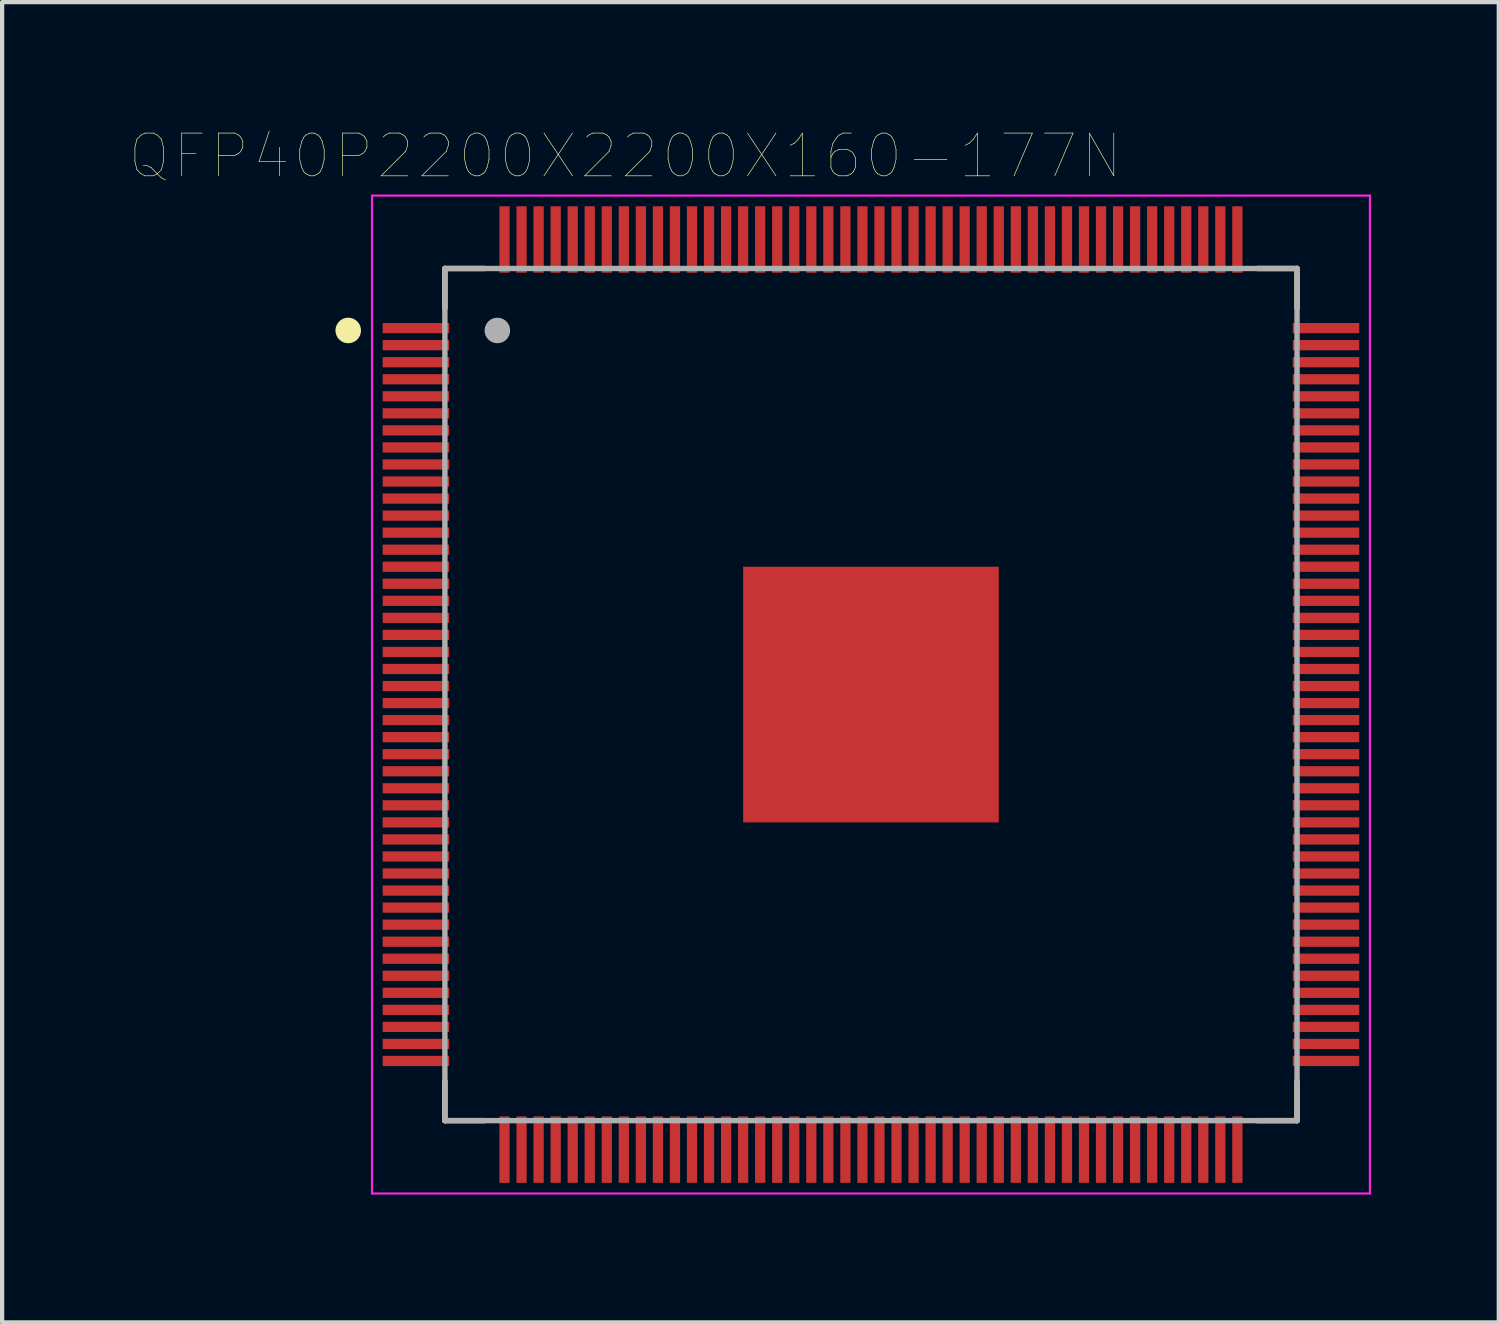
<source format=kicad_pcb>
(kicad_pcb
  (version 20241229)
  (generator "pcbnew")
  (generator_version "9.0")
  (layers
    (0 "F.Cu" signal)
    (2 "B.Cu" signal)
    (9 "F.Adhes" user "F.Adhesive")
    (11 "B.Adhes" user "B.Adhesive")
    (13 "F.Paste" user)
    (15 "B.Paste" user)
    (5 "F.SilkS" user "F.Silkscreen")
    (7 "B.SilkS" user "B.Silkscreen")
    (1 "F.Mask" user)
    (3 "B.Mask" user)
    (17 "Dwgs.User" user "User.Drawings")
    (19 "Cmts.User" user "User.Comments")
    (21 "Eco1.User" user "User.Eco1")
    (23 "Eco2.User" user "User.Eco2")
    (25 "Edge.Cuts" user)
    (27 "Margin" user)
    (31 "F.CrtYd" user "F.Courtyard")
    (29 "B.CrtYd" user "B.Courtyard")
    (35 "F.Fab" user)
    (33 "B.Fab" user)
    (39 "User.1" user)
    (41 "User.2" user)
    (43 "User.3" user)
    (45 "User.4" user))
  (footprint "QFP40P2200X2200X160-177N"
    (layer "F.Cu")
    (at 17.391 13.251)
    (property "Reference" "QFP40P2200X2200X160-177N" (at -5.764 -12.638 0) (layer "F.SilkS") (effects (font (size 1.003 1.003) (thickness 0.015))))
    (attr through_hole)
    (fp_line (start -10 -10) (end -10 -9.07) (stroke (width 0.127) (type solid)) (layer "F.SilkS"))
    (fp_line (start -10 -10) (end -9.07 -10) (stroke (width 0.127) (type solid)) (layer "F.SilkS"))
    (fp_line (start -10 10) (end -10 9.07) (stroke (width 0.127) (type solid)) (layer "F.SilkS"))
    (fp_line (start -10 10) (end -9.07 10) (stroke (width 0.127) (type solid)) (layer "F.SilkS"))
    (fp_line (start 10 -10) (end 9.07 -10) (stroke (width 0.127) (type solid)) (layer "F.SilkS"))
    (fp_line (start 10 -10) (end 10 -9.07) (stroke (width 0.127) (type solid)) (layer "F.SilkS"))
    (fp_line (start 10 10) (end 9.07 10) (stroke (width 0.127) (type solid)) (layer "F.SilkS"))
    (fp_line (start 10 10) (end 10 9.07) (stroke (width 0.127) (type solid)) (layer "F.SilkS"))
    (fp_circle (center -12.268 -8.545) (end -12.118 -8.545) (stroke (width 0.3) (type solid)) (fill no) (layer "F.SilkS"))
    (fp_poly (pts (xy -2.618 0.39) (xy -0.39 0.39) (xy -0.39 2.618) (xy -2.618 2.618)) (stroke (width 0.01) (type solid)) (fill yes) (layer "F.Paste"))
    (fp_poly (pts (xy -2.613 -2.61) (xy -0.39 -2.61) (xy -0.39 -0.39) (xy -2.613 -0.39)) (stroke (width 0.01) (type solid)) (fill yes) (layer "F.Paste"))
    (fp_poly (pts (xy 0.391 -2.61) (xy 2.61 -2.61) (xy 2.61 -0.391) (xy 0.391 -0.391)) (stroke (width 0.01) (type solid)) (fill yes) (layer "F.Paste"))
    (fp_poly (pts (xy 0.392 0.39) (xy 2.61 0.39) (xy 2.61 2.623) (xy 0.392 2.623)) (stroke (width 0.01) (type solid)) (fill yes) (layer "F.Paste"))
    (fp_line (start -11.71 -11.71) (end 11.71 -11.71) (stroke (width 0.05) (type solid)) (layer "F.CrtYd"))
    (fp_line (start -11.71 11.71) (end -11.71 -11.71) (stroke (width 0.05) (type solid)) (layer "F.CrtYd"))
    (fp_line (start -11.71 11.71) (end 11.71 11.71) (stroke (width 0.05) (type solid)) (layer "F.CrtYd"))
    (fp_line (start 11.71 11.71) (end 11.71 -11.71) (stroke (width 0.05) (type solid)) (layer "F.CrtYd"))
    (fp_line (start -10 10) (end -10 -10) (stroke (width 0.127) (type solid)) (layer "F.Fab"))
    (fp_line (start 10 -10) (end -10 -10) (stroke (width 0.127) (type solid)) (layer "F.Fab"))
    (fp_line (start 10 10) (end -10 10) (stroke (width 0.127) (type solid)) (layer "F.Fab"))
    (fp_line (start 10 10) (end 10 -10) (stroke (width 0.127) (type solid)) (layer "F.Fab"))
    (fp_circle (center -8.768 -8.545) (end -8.618 -8.545) (stroke (width 0.3) (type solid)) (fill no) (layer "F.Fab"))
    (pad "1" smd rect (at -10.68 -8.6) (size 1.56 0.24) (layers "F.Cu" "F.Mask" "F.Paste"))
    (pad "2" smd rect (at -10.68 -8.2) (size 1.56 0.24) (layers "F.Cu" "F.Mask" "F.Paste"))
    (pad "3" smd rect (at -10.68 -7.8) (size 1.56 0.24) (layers "F.Cu" "F.Mask" "F.Paste"))
    (pad "4" smd rect (at -10.68 -7.4) (size 1.56 0.24) (layers "F.Cu" "F.Mask" "F.Paste"))
    (pad "5" smd rect (at -10.68 -7) (size 1.56 0.24) (layers "F.Cu" "F.Mask" "F.Paste"))
    (pad "6" smd rect (at -10.68 -6.6) (size 1.56 0.24) (layers "F.Cu" "F.Mask" "F.Paste"))
    (pad "7" smd rect (at -10.68 -6.2) (size 1.56 0.24) (layers "F.Cu" "F.Mask" "F.Paste"))
    (pad "8" smd rect (at -10.68 -5.8) (size 1.56 0.24) (layers "F.Cu" "F.Mask" "F.Paste"))
    (pad "9" smd rect (at -10.68 -5.4) (size 1.56 0.24) (layers "F.Cu" "F.Mask" "F.Paste"))
    (pad "10" smd rect (at -10.68 -5) (size 1.56 0.24) (layers "F.Cu" "F.Mask" "F.Paste"))
    (pad "11" smd rect (at -10.68 -4.6) (size 1.56 0.24) (layers "F.Cu" "F.Mask" "F.Paste"))
    (pad "12" smd rect (at -10.68 -4.2) (size 1.56 0.24) (layers "F.Cu" "F.Mask" "F.Paste"))
    (pad "13" smd rect (at -10.68 -3.8) (size 1.56 0.24) (layers "F.Cu" "F.Mask" "F.Paste"))
    (pad "14" smd rect (at -10.68 -3.4) (size 1.56 0.24) (layers "F.Cu" "F.Mask" "F.Paste"))
    (pad "15" smd rect (at -10.68 -3) (size 1.56 0.24) (layers "F.Cu" "F.Mask" "F.Paste"))
    (pad "16" smd rect (at -10.68 -2.6) (size 1.56 0.24) (layers "F.Cu" "F.Mask" "F.Paste"))
    (pad "17" smd rect (at -10.68 -2.2) (size 1.56 0.24) (layers "F.Cu" "F.Mask" "F.Paste"))
    (pad "18" smd rect (at -10.68 -1.8) (size 1.56 0.24) (layers "F.Cu" "F.Mask" "F.Paste"))
    (pad "19" smd rect (at -10.68 -1.4) (size 1.56 0.24) (layers "F.Cu" "F.Mask" "F.Paste"))
    (pad "20" smd rect (at -10.68 -1) (size 1.56 0.24) (layers "F.Cu" "F.Mask" "F.Paste"))
    (pad "21" smd rect (at -10.68 -0.6) (size 1.56 0.24) (layers "F.Cu" "F.Mask" "F.Paste"))
    (pad "22" smd rect (at -10.68 -0.2) (size 1.56 0.24) (layers "F.Cu" "F.Mask" "F.Paste"))
    (pad "23" smd rect (at -10.68 0.2) (size 1.56 0.24) (layers "F.Cu" "F.Mask" "F.Paste"))
    (pad "24" smd rect (at -10.68 0.6) (size 1.56 0.24) (layers "F.Cu" "F.Mask" "F.Paste"))
    (pad "25" smd rect (at -10.68 1) (size 1.56 0.24) (layers "F.Cu" "F.Mask" "F.Paste"))
    (pad "26" smd rect (at -10.68 1.4) (size 1.56 0.24) (layers "F.Cu" "F.Mask" "F.Paste"))
    (pad "27" smd rect (at -10.68 1.8) (size 1.56 0.24) (layers "F.Cu" "F.Mask" "F.Paste"))
    (pad "28" smd rect (at -10.68 2.2) (size 1.56 0.24) (layers "F.Cu" "F.Mask" "F.Paste"))
    (pad "29" smd rect (at -10.68 2.6) (size 1.56 0.24) (layers "F.Cu" "F.Mask" "F.Paste"))
    (pad "30" smd rect (at -10.68 3) (size 1.56 0.24) (layers "F.Cu" "F.Mask" "F.Paste"))
    (pad "31" smd rect (at -10.68 3.4) (size 1.56 0.24) (layers "F.Cu" "F.Mask" "F.Paste"))
    (pad "32" smd rect (at -10.68 3.8) (size 1.56 0.24) (layers "F.Cu" "F.Mask" "F.Paste"))
    (pad "33" smd rect (at -10.68 4.2) (size 1.56 0.24) (layers "F.Cu" "F.Mask" "F.Paste"))
    (pad "34" smd rect (at -10.68 4.6) (size 1.56 0.24) (layers "F.Cu" "F.Mask" "F.Paste"))
    (pad "35" smd rect (at -10.68 5) (size 1.56 0.24) (layers "F.Cu" "F.Mask" "F.Paste"))
    (pad "36" smd rect (at -10.68 5.4) (size 1.56 0.24) (layers "F.Cu" "F.Mask" "F.Paste"))
    (pad "37" smd rect (at -10.68 5.8) (size 1.56 0.24) (layers "F.Cu" "F.Mask" "F.Paste"))
    (pad "38" smd rect (at -10.68 6.2) (size 1.56 0.24) (layers "F.Cu" "F.Mask" "F.Paste"))
    (pad "39" smd rect (at -10.68 6.6) (size 1.56 0.24) (layers "F.Cu" "F.Mask" "F.Paste"))
    (pad "40" smd rect (at -10.68 7) (size 1.56 0.24) (layers "F.Cu" "F.Mask" "F.Paste"))
    (pad "41" smd rect (at -10.68 7.4) (size 1.56 0.24) (layers "F.Cu" "F.Mask" "F.Paste"))
    (pad "42" smd rect (at -10.68 7.8) (size 1.56 0.24) (layers "F.Cu" "F.Mask" "F.Paste"))
    (pad "43" smd rect (at -10.68 8.2) (size 1.56 0.24) (layers "F.Cu" "F.Mask" "F.Paste"))
    (pad "44" smd rect (at -10.68 8.6) (size 1.56 0.24) (layers "F.Cu" "F.Mask" "F.Paste"))
    (pad "45" smd rect (at -8.6 10.68) (size 0.24 1.56) (layers "F.Cu" "F.Mask" "F.Paste"))
    (pad "46" smd rect (at -8.2 10.68) (size 0.24 1.56) (layers "F.Cu" "F.Mask" "F.Paste"))
    (pad "47" smd rect (at -7.8 10.68) (size 0.24 1.56) (layers "F.Cu" "F.Mask" "F.Paste"))
    (pad "48" smd rect (at -7.4 10.68) (size 0.24 1.56) (layers "F.Cu" "F.Mask" "F.Paste"))
    (pad "49" smd rect (at -7 10.68) (size 0.24 1.56) (layers "F.Cu" "F.Mask" "F.Paste"))
    (pad "50" smd rect (at -6.6 10.68) (size 0.24 1.56) (layers "F.Cu" "F.Mask" "F.Paste"))
    (pad "51" smd rect (at -6.2 10.68) (size 0.24 1.56) (layers "F.Cu" "F.Mask" "F.Paste"))
    (pad "52" smd rect (at -5.8 10.68) (size 0.24 1.56) (layers "F.Cu" "F.Mask" "F.Paste"))
    (pad "53" smd rect (at -5.4 10.68) (size 0.24 1.56) (layers "F.Cu" "F.Mask" "F.Paste"))
    (pad "54" smd rect (at -5 10.68) (size 0.24 1.56) (layers "F.Cu" "F.Mask" "F.Paste"))
    (pad "55" smd rect (at -4.6 10.68) (size 0.24 1.56) (layers "F.Cu" "F.Mask" "F.Paste"))
    (pad "56" smd rect (at -4.2 10.68) (size 0.24 1.56) (layers "F.Cu" "F.Mask" "F.Paste"))
    (pad "57" smd rect (at -3.8 10.68) (size 0.24 1.56) (layers "F.Cu" "F.Mask" "F.Paste"))
    (pad "58" smd rect (at -3.4 10.68) (size 0.24 1.56) (layers "F.Cu" "F.Mask" "F.Paste"))
    (pad "59" smd rect (at -3 10.68) (size 0.24 1.56) (layers "F.Cu" "F.Mask" "F.Paste"))
    (pad "60" smd rect (at -2.6 10.68) (size 0.24 1.56) (layers "F.Cu" "F.Mask" "F.Paste"))
    (pad "61" smd rect (at -2.2 10.68) (size 0.24 1.56) (layers "F.Cu" "F.Mask" "F.Paste"))
    (pad "62" smd rect (at -1.8 10.68) (size 0.24 1.56) (layers "F.Cu" "F.Mask" "F.Paste"))
    (pad "63" smd rect (at -1.4 10.68) (size 0.24 1.56) (layers "F.Cu" "F.Mask" "F.Paste"))
    (pad "64" smd rect (at -1 10.68) (size 0.24 1.56) (layers "F.Cu" "F.Mask" "F.Paste"))
    (pad "65" smd rect (at -0.6 10.68) (size 0.24 1.56) (layers "F.Cu" "F.Mask" "F.Paste"))
    (pad "66" smd rect (at -0.2 10.68) (size 0.24 1.56) (layers "F.Cu" "F.Mask" "F.Paste"))
    (pad "67" smd rect (at 0.2 10.68) (size 0.24 1.56) (layers "F.Cu" "F.Mask" "F.Paste"))
    (pad "68" smd rect (at 0.6 10.68) (size 0.24 1.56) (layers "F.Cu" "F.Mask" "F.Paste"))
    (pad "69" smd rect (at 1 10.68) (size 0.24 1.56) (layers "F.Cu" "F.Mask" "F.Paste"))
    (pad "70" smd rect (at 1.4 10.68) (size 0.24 1.56) (layers "F.Cu" "F.Mask" "F.Paste"))
    (pad "71" smd rect (at 1.8 10.68) (size 0.24 1.56) (layers "F.Cu" "F.Mask" "F.Paste"))
    (pad "72" smd rect (at 2.2 10.68) (size 0.24 1.56) (layers "F.Cu" "F.Mask" "F.Paste"))
    (pad "73" smd rect (at 2.6 10.68) (size 0.24 1.56) (layers "F.Cu" "F.Mask" "F.Paste"))
    (pad "74" smd rect (at 3 10.68) (size 0.24 1.56) (layers "F.Cu" "F.Mask" "F.Paste"))
    (pad "75" smd rect (at 3.4 10.68) (size 0.24 1.56) (layers "F.Cu" "F.Mask" "F.Paste"))
    (pad "76" smd rect (at 3.8 10.68) (size 0.24 1.56) (layers "F.Cu" "F.Mask" "F.Paste"))
    (pad "77" smd rect (at 4.2 10.68) (size 0.24 1.56) (layers "F.Cu" "F.Mask" "F.Paste"))
    (pad "78" smd rect (at 4.6 10.68) (size 0.24 1.56) (layers "F.Cu" "F.Mask" "F.Paste"))
    (pad "79" smd rect (at 5 10.68) (size 0.24 1.56) (layers "F.Cu" "F.Mask" "F.Paste"))
    (pad "80" smd rect (at 5.4 10.68) (size 0.24 1.56) (layers "F.Cu" "F.Mask" "F.Paste"))
    (pad "81" smd rect (at 5.8 10.68) (size 0.24 1.56) (layers "F.Cu" "F.Mask" "F.Paste"))
    (pad "82" smd rect (at 6.2 10.68) (size 0.24 1.56) (layers "F.Cu" "F.Mask" "F.Paste"))
    (pad "83" smd rect (at 6.6 10.68) (size 0.24 1.56) (layers "F.Cu" "F.Mask" "F.Paste"))
    (pad "84" smd rect (at 7 10.68) (size 0.24 1.56) (layers "F.Cu" "F.Mask" "F.Paste"))
    (pad "85" smd rect (at 7.4 10.68) (size 0.24 1.56) (layers "F.Cu" "F.Mask" "F.Paste"))
    (pad "86" smd rect (at 7.8 10.68) (size 0.24 1.56) (layers "F.Cu" "F.Mask" "F.Paste"))
    (pad "87" smd rect (at 8.2 10.68) (size 0.24 1.56) (layers "F.Cu" "F.Mask" "F.Paste"))
    (pad "88" smd rect (at 8.6 10.68) (size 0.24 1.56) (layers "F.Cu" "F.Mask" "F.Paste"))
    (pad "89" smd rect (at 10.68 8.6) (size 1.56 0.24) (layers "F.Cu" "F.Mask" "F.Paste"))
    (pad "90" smd rect (at 10.68 8.2) (size 1.56 0.24) (layers "F.Cu" "F.Mask" "F.Paste"))
    (pad "91" smd rect (at 10.68 7.8) (size 1.56 0.24) (layers "F.Cu" "F.Mask" "F.Paste"))
    (pad "92" smd rect (at 10.68 7.4) (size 1.56 0.24) (layers "F.Cu" "F.Mask" "F.Paste"))
    (pad "93" smd rect (at 10.68 7) (size 1.56 0.24) (layers "F.Cu" "F.Mask" "F.Paste"))
    (pad "94" smd rect (at 10.68 6.6) (size 1.56 0.24) (layers "F.Cu" "F.Mask" "F.Paste"))
    (pad "95" smd rect (at 10.68 6.2) (size 1.56 0.24) (layers "F.Cu" "F.Mask" "F.Paste"))
    (pad "96" smd rect (at 10.68 5.8) (size 1.56 0.24) (layers "F.Cu" "F.Mask" "F.Paste"))
    (pad "97" smd rect (at 10.68 5.4) (size 1.56 0.24) (layers "F.Cu" "F.Mask" "F.Paste"))
    (pad "98" smd rect (at 10.68 5) (size 1.56 0.24) (layers "F.Cu" "F.Mask" "F.Paste"))
    (pad "99" smd rect (at 10.68 4.6) (size 1.56 0.24) (layers "F.Cu" "F.Mask" "F.Paste"))
    (pad "100" smd rect (at 10.68 4.2) (size 1.56 0.24) (layers "F.Cu" "F.Mask" "F.Paste"))
    (pad "101" smd rect (at 10.68 3.8) (size 1.56 0.24) (layers "F.Cu" "F.Mask" "F.Paste"))
    (pad "102" smd rect (at 10.68 3.4) (size 1.56 0.24) (layers "F.Cu" "F.Mask" "F.Paste"))
    (pad "103" smd rect (at 10.68 3) (size 1.56 0.24) (layers "F.Cu" "F.Mask" "F.Paste"))
    (pad "104" smd rect (at 10.68 2.6) (size 1.56 0.24) (layers "F.Cu" "F.Mask" "F.Paste"))
    (pad "105" smd rect (at 10.68 2.2) (size 1.56 0.24) (layers "F.Cu" "F.Mask" "F.Paste"))
    (pad "106" smd rect (at 10.68 1.8) (size 1.56 0.24) (layers "F.Cu" "F.Mask" "F.Paste"))
    (pad "107" smd rect (at 10.68 1.4) (size 1.56 0.24) (layers "F.Cu" "F.Mask" "F.Paste"))
    (pad "108" smd rect (at 10.68 1) (size 1.56 0.24) (layers "F.Cu" "F.Mask" "F.Paste"))
    (pad "109" smd rect (at 10.68 0.6) (size 1.56 0.24) (layers "F.Cu" "F.Mask" "F.Paste"))
    (pad "110" smd rect (at 10.68 0.2) (size 1.56 0.24) (layers "F.Cu" "F.Mask" "F.Paste"))
    (pad "111" smd rect (at 10.68 -0.2) (size 1.56 0.24) (layers "F.Cu" "F.Mask" "F.Paste"))
    (pad "112" smd rect (at 10.68 -0.6) (size 1.56 0.24) (layers "F.Cu" "F.Mask" "F.Paste"))
    (pad "113" smd rect (at 10.68 -1) (size 1.56 0.24) (layers "F.Cu" "F.Mask" "F.Paste"))
    (pad "114" smd rect (at 10.68 -1.4) (size 1.56 0.24) (layers "F.Cu" "F.Mask" "F.Paste"))
    (pad "115" smd rect (at 10.68 -1.8) (size 1.56 0.24) (layers "F.Cu" "F.Mask" "F.Paste"))
    (pad "116" smd rect (at 10.68 -2.2) (size 1.56 0.24) (layers "F.Cu" "F.Mask" "F.Paste"))
    (pad "117" smd rect (at 10.68 -2.6) (size 1.56 0.24) (layers "F.Cu" "F.Mask" "F.Paste"))
    (pad "118" smd rect (at 10.68 -3) (size 1.56 0.24) (layers "F.Cu" "F.Mask" "F.Paste"))
    (pad "119" smd rect (at 10.68 -3.4) (size 1.56 0.24) (layers "F.Cu" "F.Mask" "F.Paste"))
    (pad "120" smd rect (at 10.68 -3.8) (size 1.56 0.24) (layers "F.Cu" "F.Mask" "F.Paste"))
    (pad "121" smd rect (at 10.68 -4.2) (size 1.56 0.24) (layers "F.Cu" "F.Mask" "F.Paste"))
    (pad "122" smd rect (at 10.68 -4.6) (size 1.56 0.24) (layers "F.Cu" "F.Mask" "F.Paste"))
    (pad "123" smd rect (at 10.68 -5) (size 1.56 0.24) (layers "F.Cu" "F.Mask" "F.Paste"))
    (pad "124" smd rect (at 10.68 -5.4) (size 1.56 0.24) (layers "F.Cu" "F.Mask" "F.Paste"))
    (pad "125" smd rect (at 10.68 -5.8) (size 1.56 0.24) (layers "F.Cu" "F.Mask" "F.Paste"))
    (pad "126" smd rect (at 10.68 -6.2) (size 1.56 0.24) (layers "F.Cu" "F.Mask" "F.Paste"))
    (pad "127" smd rect (at 10.68 -6.6) (size 1.56 0.24) (layers "F.Cu" "F.Mask" "F.Paste"))
    (pad "128" smd rect (at 10.68 -7) (size 1.56 0.24) (layers "F.Cu" "F.Mask" "F.Paste"))
    (pad "129" smd rect (at 10.68 -7.4) (size 1.56 0.24) (layers "F.Cu" "F.Mask" "F.Paste"))
    (pad "130" smd rect (at 10.68 -7.8) (size 1.56 0.24) (layers "F.Cu" "F.Mask" "F.Paste"))
    (pad "131" smd rect (at 10.68 -8.2) (size 1.56 0.24) (layers "F.Cu" "F.Mask" "F.Paste"))
    (pad "132" smd rect (at 10.68 -8.6) (size 1.56 0.24) (layers "F.Cu" "F.Mask" "F.Paste"))
    (pad "133" smd rect (at 8.6 -10.68) (size 0.24 1.56) (layers "F.Cu" "F.Mask" "F.Paste"))
    (pad "134" smd rect (at 8.2 -10.68) (size 0.24 1.56) (layers "F.Cu" "F.Mask" "F.Paste"))
    (pad "135" smd rect (at 7.8 -10.68) (size 0.24 1.56) (layers "F.Cu" "F.Mask" "F.Paste"))
    (pad "136" smd rect (at 7.4 -10.68) (size 0.24 1.56) (layers "F.Cu" "F.Mask" "F.Paste"))
    (pad "137" smd rect (at 7 -10.68) (size 0.24 1.56) (layers "F.Cu" "F.Mask" "F.Paste"))
    (pad "138" smd rect (at 6.6 -10.68) (size 0.24 1.56) (layers "F.Cu" "F.Mask" "F.Paste"))
    (pad "139" smd rect (at 6.2 -10.68) (size 0.24 1.56) (layers "F.Cu" "F.Mask" "F.Paste"))
    (pad "140" smd rect (at 5.8 -10.68) (size 0.24 1.56) (layers "F.Cu" "F.Mask" "F.Paste"))
    (pad "141" smd rect (at 5.4 -10.68) (size 0.24 1.56) (layers "F.Cu" "F.Mask" "F.Paste"))
    (pad "142" smd rect (at 5 -10.68) (size 0.24 1.56) (layers "F.Cu" "F.Mask" "F.Paste"))
    (pad "143" smd rect (at 4.6 -10.68) (size 0.24 1.56) (layers "F.Cu" "F.Mask" "F.Paste"))
    (pad "144" smd rect (at 4.2 -10.68) (size 0.24 1.56) (layers "F.Cu" "F.Mask" "F.Paste"))
    (pad "145" smd rect (at 3.8 -10.68) (size 0.24 1.56) (layers "F.Cu" "F.Mask" "F.Paste"))
    (pad "146" smd rect (at 3.4 -10.68) (size 0.24 1.56) (layers "F.Cu" "F.Mask" "F.Paste"))
    (pad "147" smd rect (at 3 -10.68) (size 0.24 1.56) (layers "F.Cu" "F.Mask" "F.Paste"))
    (pad "148" smd rect (at 2.6 -10.68) (size 0.24 1.56) (layers "F.Cu" "F.Mask" "F.Paste"))
    (pad "149" smd rect (at 2.2 -10.68) (size 0.24 1.56) (layers "F.Cu" "F.Mask" "F.Paste"))
    (pad "150" smd rect (at 1.8 -10.68) (size 0.24 1.56) (layers "F.Cu" "F.Mask" "F.Paste"))
    (pad "151" smd rect (at 1.4 -10.68) (size 0.24 1.56) (layers "F.Cu" "F.Mask" "F.Paste"))
    (pad "152" smd rect (at 1 -10.68) (size 0.24 1.56) (layers "F.Cu" "F.Mask" "F.Paste"))
    (pad "153" smd rect (at 0.6 -10.68) (size 0.24 1.56) (layers "F.Cu" "F.Mask" "F.Paste"))
    (pad "154" smd rect (at 0.2 -10.68) (size 0.24 1.56) (layers "F.Cu" "F.Mask" "F.Paste"))
    (pad "155" smd rect (at -0.2 -10.68) (size 0.24 1.56) (layers "F.Cu" "F.Mask" "F.Paste"))
    (pad "156" smd rect (at -0.6 -10.68) (size 0.24 1.56) (layers "F.Cu" "F.Mask" "F.Paste"))
    (pad "157" smd rect (at -1 -10.68) (size 0.24 1.56) (layers "F.Cu" "F.Mask" "F.Paste"))
    (pad "158" smd rect (at -1.4 -10.68) (size 0.24 1.56) (layers "F.Cu" "F.Mask" "F.Paste"))
    (pad "159" smd rect (at -1.8 -10.68) (size 0.24 1.56) (layers "F.Cu" "F.Mask" "F.Paste"))
    (pad "160" smd rect (at -2.2 -10.68) (size 0.24 1.56) (layers "F.Cu" "F.Mask" "F.Paste"))
    (pad "161" smd rect (at -2.6 -10.68) (size 0.24 1.56) (layers "F.Cu" "F.Mask" "F.Paste"))
    (pad "162" smd rect (at -3 -10.68) (size 0.24 1.56) (layers "F.Cu" "F.Mask" "F.Paste"))
    (pad "163" smd rect (at -3.4 -10.68) (size 0.24 1.56) (layers "F.Cu" "F.Mask" "F.Paste"))
    (pad "164" smd rect (at -3.8 -10.68) (size 0.24 1.56) (layers "F.Cu" "F.Mask" "F.Paste"))
    (pad "165" smd rect (at -4.2 -10.68) (size 0.24 1.56) (layers "F.Cu" "F.Mask" "F.Paste"))
    (pad "166" smd rect (at -4.6 -10.68) (size 0.24 1.56) (layers "F.Cu" "F.Mask" "F.Paste"))
    (pad "167" smd rect (at -5 -10.68) (size 0.24 1.56) (layers "F.Cu" "F.Mask" "F.Paste"))
    (pad "168" smd rect (at -5.4 -10.68) (size 0.24 1.56) (layers "F.Cu" "F.Mask" "F.Paste"))
    (pad "169" smd rect (at -5.8 -10.68) (size 0.24 1.56) (layers "F.Cu" "F.Mask" "F.Paste"))
    (pad "170" smd rect (at -6.2 -10.68) (size 0.24 1.56) (layers "F.Cu" "F.Mask" "F.Paste"))
    (pad "171" smd rect (at -6.6 -10.68) (size 0.24 1.56) (layers "F.Cu" "F.Mask" "F.Paste"))
    (pad "172" smd rect (at -7 -10.68) (size 0.24 1.56) (layers "F.Cu" "F.Mask" "F.Paste"))
    (pad "173" smd rect (at -7.4 -10.68) (size 0.24 1.56) (layers "F.Cu" "F.Mask" "F.Paste"))
    (pad "174" smd rect (at -7.8 -10.68) (size 0.24 1.56) (layers "F.Cu" "F.Mask" "F.Paste"))
    (pad "175" smd rect (at -8.2 -10.68) (size 0.24 1.56) (layers "F.Cu" "F.Mask" "F.Paste"))
    (pad "176" smd rect (at -8.6 -10.68) (size 0.24 1.56) (layers "F.Cu" "F.Mask" "F.Paste"))
    (pad "177" smd rect (at 0 0) (size 6 6) (layers "F.Cu" "F.Mask")))
  (gr_rect
    (start -3 -3)
    (end 32.126 27.986)
    (stroke (width 0.1) (type default))
    (fill no)
    (layer "Edge.Cuts")))
</source>
